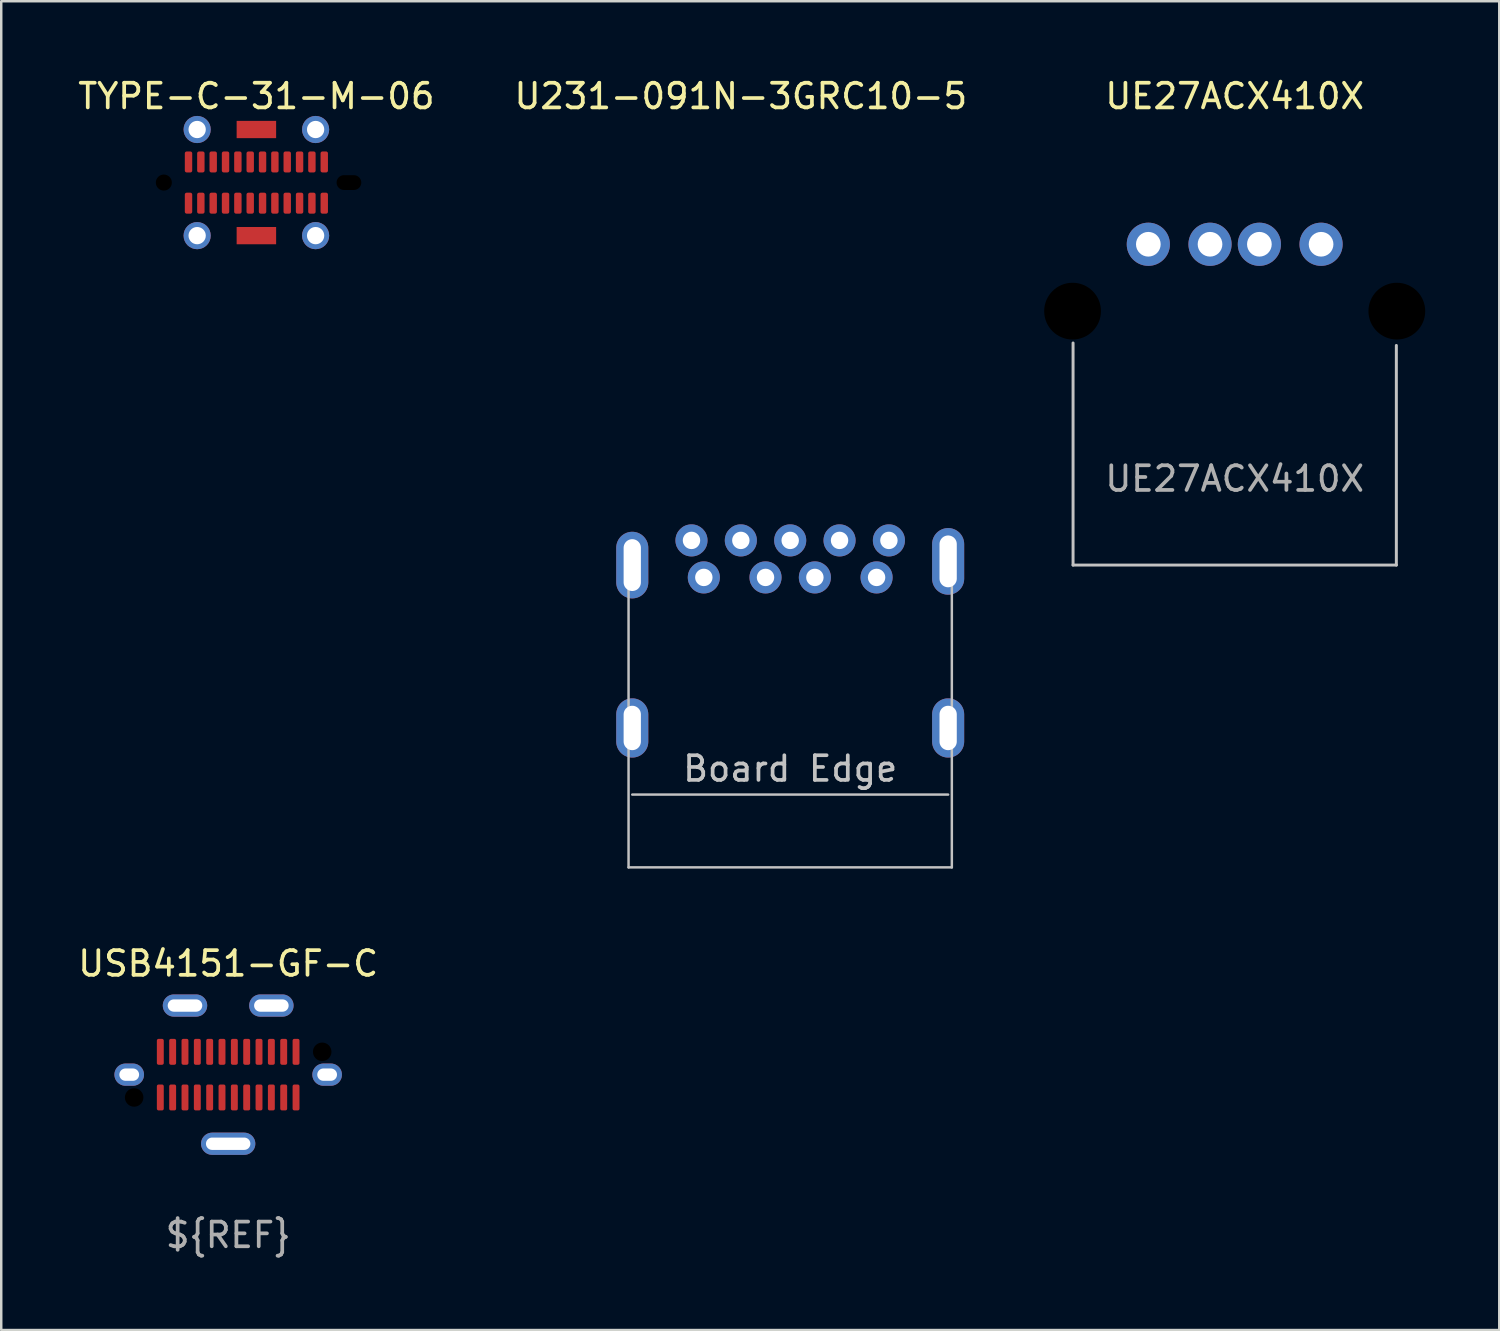
<source format=kicad_pcb>
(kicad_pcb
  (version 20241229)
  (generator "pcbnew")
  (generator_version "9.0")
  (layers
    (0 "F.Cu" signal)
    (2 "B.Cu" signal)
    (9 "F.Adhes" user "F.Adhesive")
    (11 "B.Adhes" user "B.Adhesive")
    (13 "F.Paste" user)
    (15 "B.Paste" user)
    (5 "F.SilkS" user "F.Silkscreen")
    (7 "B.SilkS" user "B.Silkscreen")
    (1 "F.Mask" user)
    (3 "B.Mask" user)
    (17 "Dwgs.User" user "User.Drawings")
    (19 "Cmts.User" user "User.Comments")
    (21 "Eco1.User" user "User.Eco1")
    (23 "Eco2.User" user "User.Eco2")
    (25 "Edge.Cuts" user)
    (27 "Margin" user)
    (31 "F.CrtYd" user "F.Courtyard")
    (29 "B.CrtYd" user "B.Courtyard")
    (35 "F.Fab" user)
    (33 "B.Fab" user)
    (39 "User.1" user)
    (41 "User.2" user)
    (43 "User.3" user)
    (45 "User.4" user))
  (footprint "U231-091N-3GRC10-5"
    (layer "F.Cu")
    (at 28.97 19.848)
    (property "Reference" "U231-091N-3GRC10-5" (at -2 -19 0) (unlocked yes) (layer "F.SilkS") (effects (font (size 1 1) (thickness 0.15))))
    (attr smd)
    (fp_line (start -6.55 12.25) (end -6.55 0) (stroke (width 0.1) (type solid)) (layer "Dwgs.User"))
    (fp_line (start -6.55 12.25) (end 6.55 12.25) (stroke (width 0.1) (type solid)) (layer "Dwgs.User"))
    (fp_line (start 6.4 9.3) (end -6.4 9.3) (stroke (width 0.1) (type solid)) (layer "Dwgs.User"))
    (fp_line (start 6.55 12.25) (end 6.55 0) (stroke (width 0.1) (type solid)) (layer "Dwgs.User"))
    (fp_text user "Board Edge" (at 0 8.25 0) (unlocked yes) (layer "Dwgs.User") (effects (font (size 1 1) (thickness 0.15))))
    (pad "1" thru_hole circle (at -3.5 0.5) (size 1.3 1.3) (drill 0.705) (layers "*.Cu" "*.Mask"))
    (pad "2" thru_hole circle (at -1 0.5) (size 1.3 1.3) (drill 0.705) (layers "*.Cu" "*.Mask"))
    (pad "3" thru_hole circle (at 1 0.5) (size 1.3 1.3) (drill 0.705) (layers "*.Cu" "*.Mask"))
    (pad "4" thru_hole circle (at 3.5 0.5) (size 1.3 1.3) (drill 0.705) (layers "*.Cu" "*.Mask"))
    (pad "5" thru_hole circle (at 4 -1) (size 1.3 1.3) (drill 0.705) (layers "*.Cu" "*.Mask"))
    (pad "6" thru_hole circle (at 2 -1) (size 1.3 1.3) (drill 0.705) (layers "*.Cu" "*.Mask"))
    (pad "7" thru_hole circle (at 0 -1) (size 1.3 1.3) (drill 0.705) (layers "*.Cu" "*.Mask"))
    (pad "8" thru_hole circle (at -2 -1) (size 1.3 1.3) (drill 0.705) (layers "*.Cu" "*.Mask"))
    (pad "9" thru_hole circle (at -4 -1) (size 1.3 1.3) (drill 0.705) (layers "*.Cu" "*.Mask"))
    (pad "10" thru_hole oval (at -6.4 0) (size 1.3 2.7) (drill oval 0.7 2.1) (layers "*.Cu" "*.Mask"))
    (pad "10" thru_hole oval (at -6.4 6.6) (size 1.3 2.4) (drill oval 0.7 1.8) (layers "*.Cu" "*.Mask"))
    (pad "10" thru_hole oval (at 6.4 -0.15) (size 1.3 2.7) (drill oval 0.7 2.1) (layers "*.Cu" "*.Mask"))
    (pad "10" thru_hole oval (at 6.4 6.6) (size 1.3 2.4) (drill oval 0.7 1.8) (layers "*.Cu" "*.Mask")))
  (footprint "UE27ACX410X"
    (layer "F.Cu")
    (at 46.982 6.848)
    (property "Reference" "UE27ACX410X" (at 0 -6 0) (unlocked yes) (layer "F.SilkS") (effects (font (size 1 1) (thickness 0.15))))
    (attr through_hole)
    (fp_line (start -6.55 13) (end -6.55 4) (stroke (width 0.12) (type solid)) (layer "Dwgs.User"))
    (fp_line (start 6.55 13) (end -6.55 13) (stroke (width 0.12) (type solid)) (layer "Dwgs.User"))
    (fp_line (start 6.55 13) (end 6.55 4.1) (stroke (width 0.12) (type solid)) (layer "Dwgs.User"))
    (fp_text user "${REFERENCE}" (at 0 9.5 0) (unlocked yes) (layer "F.Fab") (effects (font (size 1 1) (thickness 0.15))))
    (pad "" np_thru_hole circle (at -6.57 2.71) (size 2.3 2.3) (drill 2.3) (layers "*.Mask"))
    (pad "" np_thru_hole circle (at 6.57 2.71) (size 2.3 2.3) (drill 2.3) (layers "*.Mask"))
    (pad "1" thru_hole circle (at -3.5 0) (size 1.75 1.75) (drill 1) (layers "*.Cu" "*.Mask"))
    (pad "2" thru_hole circle (at -1 0) (size 1.75 1.75) (drill 1) (layers "*.Cu" "*.Mask"))
    (pad "3" thru_hole circle (at 1 0) (size 1.75 1.75) (drill 1) (layers "*.Cu" "*.Mask"))
    (pad "4" thru_hole circle (at 3.5 0) (size 1.75 1.75) (drill 1) (layers "*.Cu" "*.Mask")))
  (footprint "USB4151-GF-C"
    (layer "F.Cu")
    (at 6.196 40.496)
    (property "Reference" "USB4151-GF-C" (at 0 -4.5 0) (unlocked yes) (layer "F.SilkS") (effects (font (size 1 1) (thickness 0.15))))
    (attr smd)
    (fp_text user "${REF}" (at 0 6.5 0) (unlocked yes) (layer "F.Fab") (effects (font (size 1 1) (thickness 0.15))))
    (pad "" np_thru_hole circle (at -3.81 0.925) (size 0.75 0.75) (drill 0.75) (layers "*.Mask"))
    (pad "" smd roundrect (at -0.25 0.925) (size 0.28 1.05) (layers "F.Cu" "F.Mask" "F.Paste") (roundrect_rratio 0.25))
    (pad "" smd roundrect (at 0.25 0.925) (size 0.28 1.05) (layers "F.Cu" "F.Mask" "F.Paste") (roundrect_rratio 0.25))
    (pad "" np_thru_hole circle (at 3.81 -0.925) (size 0.75 0.75) (drill 0.75) (layers "*.Mask"))
    (pad "A1" smd roundrect (at 2.75 -0.925) (size 0.28 1.05) (layers "F.Cu" "F.Mask" "F.Paste") (roundrect_rratio 0.25))
    (pad "A2" smd roundrect (at 2.25 -0.925) (size 0.28 1.05) (layers "F.Cu" "F.Mask" "F.Paste") (roundrect_rratio 0.25))
    (pad "A3" smd roundrect (at 1.75 -0.925) (size 0.28 1.05) (layers "F.Cu" "F.Mask" "F.Paste") (roundrect_rratio 0.25))
    (pad "A4" smd roundrect (at 1.25 -0.925) (size 0.28 1.05) (layers "F.Cu" "F.Mask" "F.Paste") (roundrect_rratio 0.25))
    (pad "A5" smd roundrect (at 0.75 -0.925) (size 0.28 1.05) (layers "F.Cu" "F.Mask" "F.Paste") (roundrect_rratio 0.25))
    (pad "A6" smd roundrect (at 0.25 -0.925) (size 0.28 1.05) (layers "F.Cu" "F.Mask" "F.Paste") (roundrect_rratio 0.25))
    (pad "A7" smd roundrect (at -0.25 -0.925) (size 0.28 1.05) (layers "F.Cu" "F.Mask" "F.Paste") (roundrect_rratio 0.25))
    (pad "A8" smd roundrect (at -0.75 -0.925) (size 0.28 1.05) (layers "F.Cu" "F.Mask" "F.Paste") (roundrect_rratio 0.25))
    (pad "A9" smd roundrect (at -1.25 -0.925) (size 0.28 1.05) (layers "F.Cu" "F.Mask" "F.Paste") (roundrect_rratio 0.25))
    (pad "A10" smd roundrect (at -1.75 -0.925) (size 0.28 1.05) (layers "F.Cu" "F.Mask" "F.Paste") (roundrect_rratio 0.25))
    (pad "A11" smd roundrect (at -2.25 -0.925) (size 0.28 1.05) (layers "F.Cu" "F.Mask" "F.Paste") (roundrect_rratio 0.25))
    (pad "A12" smd roundrect (at -2.75 -0.925) (size 0.28 1.05) (layers "F.Cu" "F.Mask" "F.Paste") (roundrect_rratio 0.25))
    (pad "B1" smd roundrect (at -2.75 0.925) (size 0.28 1.05) (layers "F.Cu" "F.Mask" "F.Paste") (roundrect_rratio 0.25))
    (pad "B2" smd roundrect (at -2.25 0.925) (size 0.28 1.05) (layers "F.Cu" "F.Mask" "F.Paste") (roundrect_rratio 0.25))
    (pad "B3" smd roundrect (at -1.75 0.925) (size 0.28 1.05) (layers "F.Cu" "F.Mask" "F.Paste") (roundrect_rratio 0.25))
    (pad "B4" smd roundrect (at -1.25 0.925) (size 0.28 1.05) (layers "F.Cu" "F.Mask" "F.Paste") (roundrect_rratio 0.25))
    (pad "B5" smd roundrect (at -0.75 0.925) (size 0.28 1.05) (layers "F.Cu" "F.Mask" "F.Paste") (roundrect_rratio 0.25))
    (pad "B8" smd roundrect (at 0.75 0.925) (size 0.28 1.05) (layers "F.Cu" "F.Mask" "F.Paste") (roundrect_rratio 0.25))
    (pad "B9" smd roundrect (at 1.25 0.925) (size 0.28 1.05) (layers "F.Cu" "F.Mask" "F.Paste") (roundrect_rratio 0.25))
    (pad "B10" smd roundrect (at 1.75 0.925) (size 0.28 1.05) (layers "F.Cu" "F.Mask" "F.Paste") (roundrect_rratio 0.25))
    (pad "B11" smd roundrect (at 2.25 0.925) (size 0.28 1.05) (layers "F.Cu" "F.Mask" "F.Paste") (roundrect_rratio 0.25))
    (pad "B12" smd roundrect (at 2.75 0.925) (size 0.28 1.05) (layers "F.Cu" "F.Mask" "F.Paste") (roundrect_rratio 0.25))
    (pad "S1" thru_hole oval (at -4.01 0) (size 1.2 0.9) (drill oval 0.8 0.5) (layers "*.Cu" "*.Mask"))
    (pad "S1" thru_hole oval (at -1.75 -2.8) (size 1.8 0.9) (drill oval 1.4 0.5) (layers "*.Cu" "*.Mask"))
    (pad "S1" thru_hole oval (at 0 2.8) (size 2.2 0.9) (drill oval 1.8 0.5) (layers "*.Cu" "*.Mask"))
    (pad "S1" thru_hole oval (at 1.75 -2.8) (size 1.8 0.9) (drill oval 1.4 0.5) (layers "*.Cu" "*.Mask"))
    (pad "S1" thru_hole oval (at 4.01 0) (size 1.2 0.9) (drill oval 0.8 0.5) (layers "*.Cu" "*.Mask")))
  (footprint "TYPE-C-31-M-06"
    (layer "F.Cu")
    (at 7.339 4.348)
    (property "Reference" "TYPE-C-31-M-06" (at 0 -3.5 0) (unlocked yes) (layer "F.SilkS") (effects (font (size 1 1) (thickness 0.15))))
    (attr smd)
    (pad "" np_thru_hole circle (at -3.75 0) (size 0.66 0.66) (drill 0.65) (layers "*.Mask"))
    (pad "" np_thru_hole oval (at 3.75 0) (size 1 0.6) (drill oval 1 0.6) (layers "*.Mask"))
    (pad "A1" smd roundrect (at -2.75 -0.835) (size 0.3 0.85) (layers "F.Cu" "F.Mask" "F.Paste") (roundrect_rratio 0.25))
    (pad "A2" smd roundrect (at -2.25 -0.835) (size 0.3 0.85) (layers "F.Cu" "F.Mask" "F.Paste") (roundrect_rratio 0.25))
    (pad "A3" smd roundrect (at -1.75 -0.835) (size 0.3 0.85) (layers "F.Cu" "F.Mask" "F.Paste") (roundrect_rratio 0.25))
    (pad "A4" smd roundrect (at -1.25 -0.835) (size 0.3 0.85) (layers "F.Cu" "F.Mask" "F.Paste") (roundrect_rratio 0.25))
    (pad "A5" smd roundrect (at -0.75 -0.835) (size 0.3 0.85) (layers "F.Cu" "F.Mask" "F.Paste") (roundrect_rratio 0.25))
    (pad "A6" smd roundrect (at -0.25 -0.835) (size 0.3 0.85) (layers "F.Cu" "F.Mask" "F.Paste") (roundrect_rratio 0.25))
    (pad "A7" smd roundrect (at 0.25 -0.835) (size 0.3 0.85) (layers "F.Cu" "F.Mask" "F.Paste") (roundrect_rratio 0.25))
    (pad "A8" smd roundrect (at 0.75 -0.835) (size 0.3 0.85) (layers "F.Cu" "F.Mask" "F.Paste") (roundrect_rratio 0.25))
    (pad "A9" smd roundrect (at 1.25 -0.835) (size 0.3 0.85) (layers "F.Cu" "F.Mask" "F.Paste") (roundrect_rratio 0.25))
    (pad "A10" smd roundrect (at 1.75 -0.835) (size 0.3 0.85) (layers "F.Cu" "F.Mask" "F.Paste") (roundrect_rratio 0.25))
    (pad "A11" smd roundrect (at 2.25 -0.835) (size 0.3 0.85) (layers "F.Cu" "F.Mask" "F.Paste") (roundrect_rratio 0.25))
    (pad "A12" smd roundrect (at 2.75 -0.835) (size 0.3 0.85) (layers "F.Cu" "F.Mask" "F.Paste") (roundrect_rratio 0.25))
    (pad "B1" smd roundrect (at 2.75 0.835) (size 0.3 0.85) (layers "F.Cu" "F.Mask" "F.Paste") (roundrect_rratio 0.25))
    (pad "B2" smd roundrect (at 2.25 0.835) (size 0.3 0.85) (layers "F.Cu" "F.Mask" "F.Paste") (roundrect_rratio 0.25))
    (pad "B3" smd roundrect (at 1.75 0.835) (size 0.3 0.85) (layers "F.Cu" "F.Mask" "F.Paste") (roundrect_rratio 0.25))
    (pad "B4" smd roundrect (at 1.25 0.835) (size 0.3 0.85) (layers "F.Cu" "F.Mask" "F.Paste") (roundrect_rratio 0.25))
    (pad "B5" smd roundrect (at 0.75 0.835) (size 0.3 0.85) (layers "F.Cu" "F.Mask" "F.Paste") (roundrect_rratio 0.25))
    (pad "B6" smd roundrect (at 0.25 0.835) (size 0.3 0.85) (layers "F.Cu" "F.Mask" "F.Paste") (roundrect_rratio 0.25))
    (pad "B7" smd roundrect (at -0.25 0.835) (size 0.3 0.85) (layers "F.Cu" "F.Mask" "F.Paste") (roundrect_rratio 0.25))
    (pad "B8" smd roundrect (at -0.75 0.835) (size 0.3 0.85) (layers "F.Cu" "F.Mask" "F.Paste") (roundrect_rratio 0.25))
    (pad "B9" smd roundrect (at -1.25 0.835) (size 0.3 0.85) (layers "F.Cu" "F.Mask" "F.Paste") (roundrect_rratio 0.25))
    (pad "B10" smd roundrect (at -1.75 0.835) (size 0.3 0.85) (layers "F.Cu" "F.Mask" "F.Paste") (roundrect_rratio 0.25))
    (pad "B11" smd roundrect (at -2.25 0.835) (size 0.3 0.85) (layers "F.Cu" "F.Mask" "F.Paste") (roundrect_rratio 0.25))
    (pad "B12" smd roundrect (at -2.75 0.835) (size 0.3 0.85) (layers "F.Cu" "F.Mask" "F.Paste") (roundrect_rratio 0.25))
    (pad "S1" thru_hole circle (at -2.4 -2.15) (size 1.1 1.1) (drill 0.7) (layers "*.Cu" "*.Mask"))
    (pad "S1" thru_hole circle (at -2.4 2.15) (size 1.1 1.1) (drill 0.7) (layers "*.Cu" "*.Mask"))
    (pad "S1" smd rect (at 0 -2.15) (size 1.6 0.7) (layers "F.Cu" "F.Mask" "F.Paste"))
    (pad "S1" smd rect (at 0 2.15) (size 1.6 0.7) (layers "F.Cu" "F.Mask" "F.Paste"))
    (pad "S1" thru_hole circle (at 2.4 -2.15) (size 1.1 1.1) (drill 0.7) (layers "*.Cu" "*.Mask"))
    (pad "S1" thru_hole circle (at 2.4 2.15) (size 1.1 1.1) (drill 0.7) (layers "*.Cu" "*.Mask")))
  (gr_rect
    (start -3 -3)
    (end 57.702 50.845)
    (stroke (width 0.1) (type default))
    (fill no)
    (layer "Edge.Cuts")))
</source>
